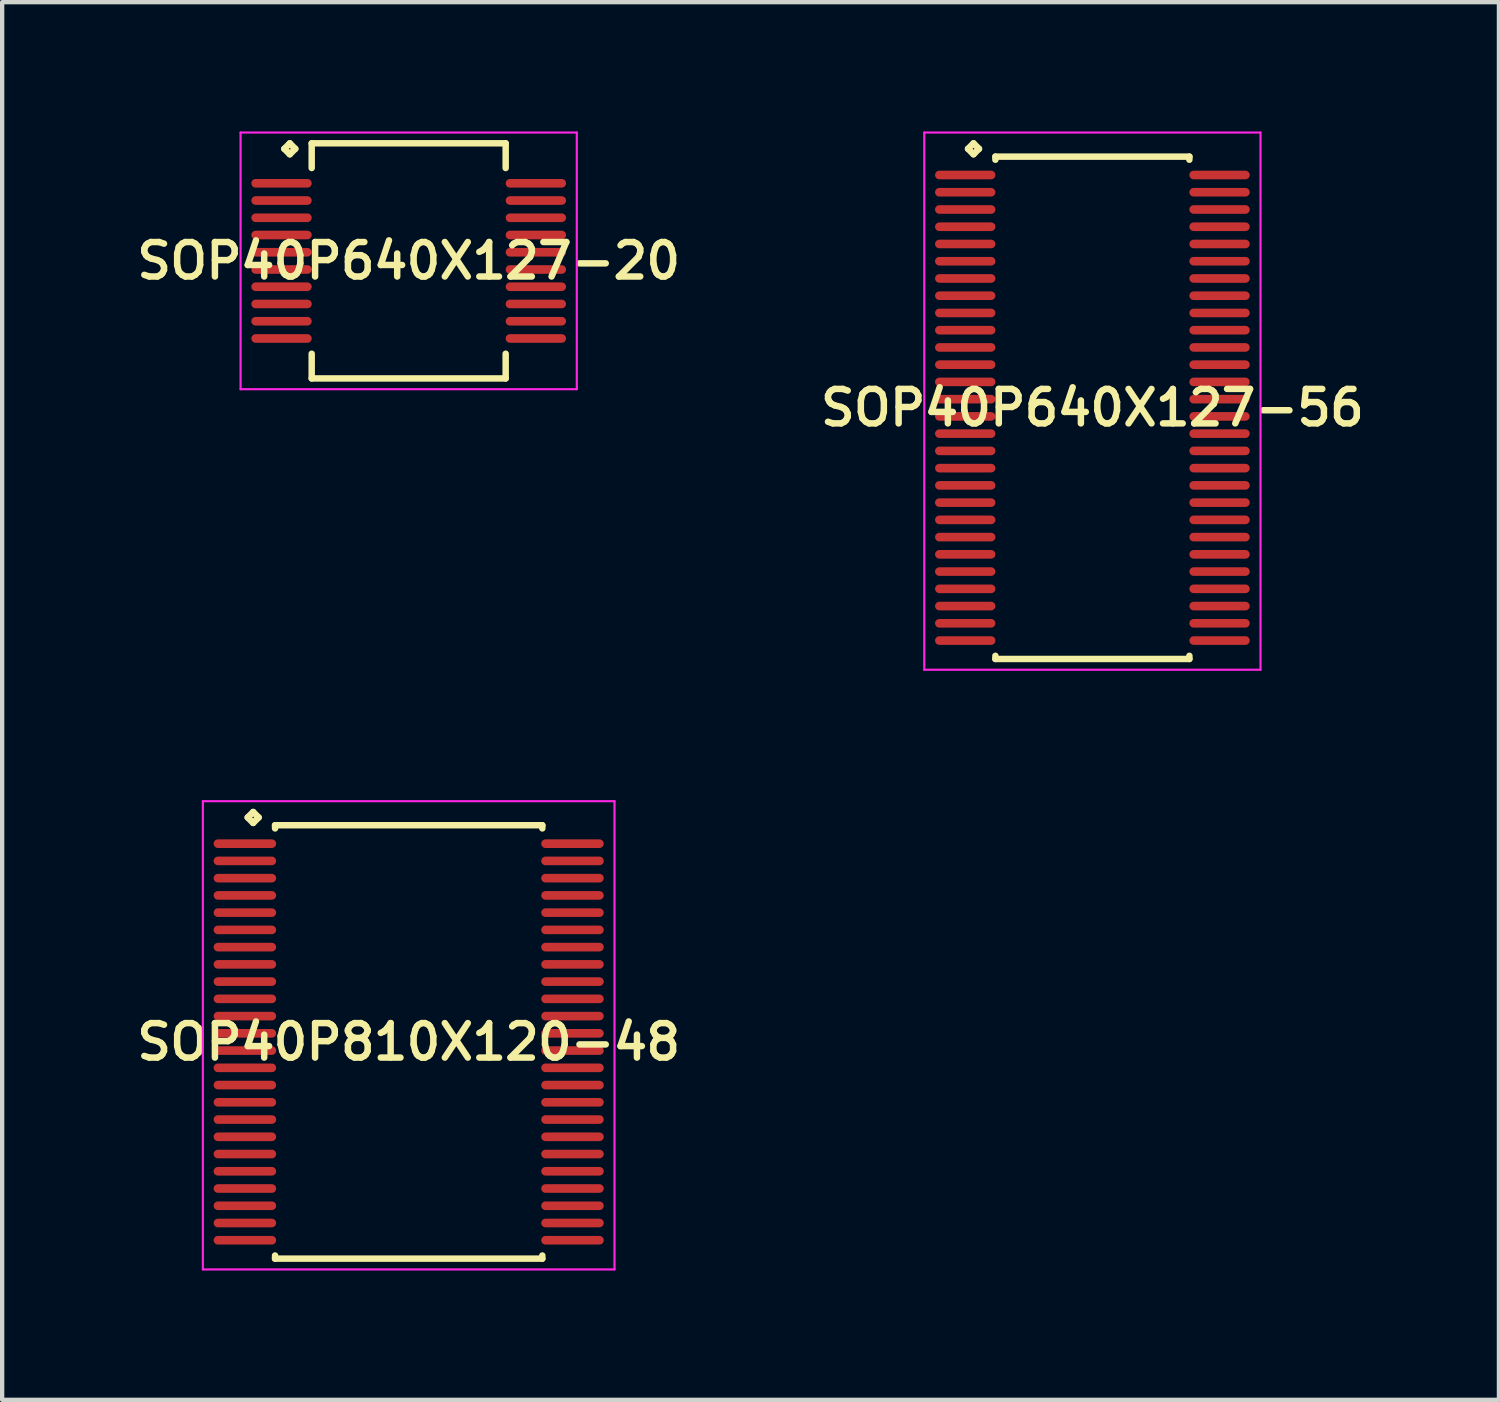
<source format=kicad_pcb>
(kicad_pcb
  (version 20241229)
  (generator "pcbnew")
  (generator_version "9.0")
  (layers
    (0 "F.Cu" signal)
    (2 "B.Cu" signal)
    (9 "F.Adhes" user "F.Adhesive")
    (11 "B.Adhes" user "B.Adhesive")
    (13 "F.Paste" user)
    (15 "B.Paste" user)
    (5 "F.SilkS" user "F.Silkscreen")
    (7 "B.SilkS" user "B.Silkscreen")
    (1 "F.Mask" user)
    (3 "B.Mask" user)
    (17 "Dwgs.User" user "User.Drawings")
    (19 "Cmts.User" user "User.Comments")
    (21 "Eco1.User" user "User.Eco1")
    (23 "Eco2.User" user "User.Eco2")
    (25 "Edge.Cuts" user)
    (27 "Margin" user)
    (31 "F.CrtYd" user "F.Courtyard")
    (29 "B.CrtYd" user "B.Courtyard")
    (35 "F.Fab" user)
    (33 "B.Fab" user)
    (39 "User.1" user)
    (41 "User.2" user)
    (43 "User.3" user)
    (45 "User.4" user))
  (footprint "SOP40P640X127-56"
    (layer "F.Cu")
    (at 22.292 6.41)
    (property "Reference" "SOP40P640X127-56" (at 0 0 0) (layer "F.SilkS") (effects (font (size 0.8 0.8) (thickness 0.15))))
    (attr smd)
    (fp_line (start -2.885 -6.008) (end -2.758 -6.135) (stroke (width 0.15) (type solid)) (layer "F.SilkS"))
    (fp_line (start -2.758 -6.135) (end -2.631 -6.008) (stroke (width 0.15) (type solid)) (layer "F.SilkS"))
    (fp_line (start -2.758 -5.881) (end -2.885 -6.008) (stroke (width 0.15) (type solid)) (layer "F.SilkS"))
    (fp_line (start -2.631 -6.008) (end -2.758 -5.881) (stroke (width 0.15) (type solid)) (layer "F.SilkS"))
    (fp_line (start -2.25 -5.827) (end 2.25 -5.827) (stroke (width 0.15) (type solid)) (layer "F.SilkS"))
    (fp_line (start -2.25 -5.754) (end -2.25 -5.827) (stroke (width 0.15) (type solid)) (layer "F.SilkS"))
    (fp_line (start -2.25 5.754) (end -2.25 5.827) (stroke (width 0.15) (type solid)) (layer "F.SilkS"))
    (fp_line (start -2.25 5.827) (end 2.25 5.827) (stroke (width 0.15) (type solid)) (layer "F.SilkS"))
    (fp_line (start 2.25 -5.827) (end 2.25 -5.754) (stroke (width 0.15) (type solid)) (layer "F.SilkS"))
    (fp_line (start 2.25 5.827) (end 2.25 5.754) (stroke (width 0.15) (type solid)) (layer "F.SilkS"))
    (fp_line (start -3.9 -6.385) (end 3.9 -6.385) (stroke (width 0.05) (type solid)) (layer "F.CrtYd"))
    (fp_line (start -3.9 6.077) (end -3.9 -6.385) (stroke (width 0.05) (type solid)) (layer "F.CrtYd"))
    (fp_line (start 3.9 -6.385) (end 3.9 6.077) (stroke (width 0.05) (type solid)) (layer "F.CrtYd"))
    (fp_line (start 3.9 6.077) (end -3.9 6.077) (stroke (width 0.05) (type solid)) (layer "F.CrtYd"))
    (pad "1" smd oval (at -2.95 -5.4) (size 1.4 0.2) (layers "F.Cu" "F.Mask" "F.Paste"))
    (pad "2" smd oval (at -2.95 -5) (size 1.4 0.2) (layers "F.Cu" "F.Mask" "F.Paste"))
    (pad "3" smd oval (at -2.95 -4.6) (size 1.4 0.2) (layers "F.Cu" "F.Mask" "F.Paste"))
    (pad "4" smd oval (at -2.95 -4.2) (size 1.4 0.2) (layers "F.Cu" "F.Mask" "F.Paste"))
    (pad "5" smd oval (at -2.95 -3.8) (size 1.4 0.2) (layers "F.Cu" "F.Mask" "F.Paste"))
    (pad "6" smd oval (at -2.95 -3.4) (size 1.4 0.2) (layers "F.Cu" "F.Mask" "F.Paste"))
    (pad "7" smd oval (at -2.95 -3) (size 1.4 0.2) (layers "F.Cu" "F.Mask" "F.Paste"))
    (pad "8" smd oval (at -2.95 -2.6) (size 1.4 0.2) (layers "F.Cu" "F.Mask" "F.Paste"))
    (pad "9" smd oval (at -2.95 -2.2) (size 1.4 0.2) (layers "F.Cu" "F.Mask" "F.Paste"))
    (pad "10" smd oval (at -2.95 -1.8) (size 1.4 0.2) (layers "F.Cu" "F.Mask" "F.Paste"))
    (pad "11" smd oval (at -2.95 -1.4) (size 1.4 0.2) (layers "F.Cu" "F.Mask" "F.Paste"))
    (pad "12" smd oval (at -2.95 -1) (size 1.4 0.2) (layers "F.Cu" "F.Mask" "F.Paste"))
    (pad "13" smd oval (at -2.95 -0.6) (size 1.4 0.2) (layers "F.Cu" "F.Mask" "F.Paste"))
    (pad "14" smd oval (at -2.95 -0.2) (size 1.4 0.2) (layers "F.Cu" "F.Mask" "F.Paste"))
    (pad "15" smd oval (at -2.95 0.2) (size 1.4 0.2) (layers "F.Cu" "F.Mask" "F.Paste"))
    (pad "16" smd oval (at -2.95 0.6) (size 1.4 0.2) (layers "F.Cu" "F.Mask" "F.Paste"))
    (pad "17" smd oval (at -2.95 1) (size 1.4 0.2) (layers "F.Cu" "F.Mask" "F.Paste"))
    (pad "18" smd oval (at -2.95 1.4) (size 1.4 0.2) (layers "F.Cu" "F.Mask" "F.Paste"))
    (pad "19" smd oval (at -2.95 1.8) (size 1.4 0.2) (layers "F.Cu" "F.Mask" "F.Paste"))
    (pad "20" smd oval (at -2.95 2.2) (size 1.4 0.2) (layers "F.Cu" "F.Mask" "F.Paste"))
    (pad "21" smd oval (at -2.95 2.6) (size 1.4 0.2) (layers "F.Cu" "F.Mask" "F.Paste"))
    (pad "22" smd oval (at -2.95 3) (size 1.4 0.2) (layers "F.Cu" "F.Mask" "F.Paste"))
    (pad "23" smd oval (at -2.95 3.4) (size 1.4 0.2) (layers "F.Cu" "F.Mask" "F.Paste"))
    (pad "24" smd oval (at -2.95 3.8) (size 1.4 0.2) (layers "F.Cu" "F.Mask" "F.Paste"))
    (pad "25" smd oval (at -2.95 4.2) (size 1.4 0.2) (layers "F.Cu" "F.Mask" "F.Paste"))
    (pad "26" smd oval (at -2.95 4.6) (size 1.4 0.2) (layers "F.Cu" "F.Mask" "F.Paste"))
    (pad "27" smd oval (at -2.95 5) (size 1.4 0.2) (layers "F.Cu" "F.Mask" "F.Paste"))
    (pad "28" smd oval (at -2.95 5.4) (size 1.4 0.2) (layers "F.Cu" "F.Mask" "F.Paste"))
    (pad "29" smd oval (at 2.95 5.4) (size 1.4 0.2) (layers "F.Cu" "F.Mask" "F.Paste"))
    (pad "30" smd oval (at 2.95 5) (size 1.4 0.2) (layers "F.Cu" "F.Mask" "F.Paste"))
    (pad "31" smd oval (at 2.95 4.6) (size 1.4 0.2) (layers "F.Cu" "F.Mask" "F.Paste"))
    (pad "32" smd oval (at 2.95 4.2) (size 1.4 0.2) (layers "F.Cu" "F.Mask" "F.Paste"))
    (pad "33" smd oval (at 2.95 3.8) (size 1.4 0.2) (layers "F.Cu" "F.Mask" "F.Paste"))
    (pad "34" smd oval (at 2.95 3.4) (size 1.4 0.2) (layers "F.Cu" "F.Mask" "F.Paste"))
    (pad "35" smd oval (at 2.95 3) (size 1.4 0.2) (layers "F.Cu" "F.Mask" "F.Paste"))
    (pad "36" smd oval (at 2.95 2.6) (size 1.4 0.2) (layers "F.Cu" "F.Mask" "F.Paste"))
    (pad "37" smd oval (at 2.95 2.2) (size 1.4 0.2) (layers "F.Cu" "F.Mask" "F.Paste"))
    (pad "38" smd oval (at 2.95 1.8) (size 1.4 0.2) (layers "F.Cu" "F.Mask" "F.Paste"))
    (pad "39" smd oval (at 2.95 1.4) (size 1.4 0.2) (layers "F.Cu" "F.Mask" "F.Paste"))
    (pad "40" smd oval (at 2.95 1) (size 1.4 0.2) (layers "F.Cu" "F.Mask" "F.Paste"))
    (pad "41" smd oval (at 2.95 0.6) (size 1.4 0.2) (layers "F.Cu" "F.Mask" "F.Paste"))
    (pad "42" smd oval (at 2.95 0.2) (size 1.4 0.2) (layers "F.Cu" "F.Mask" "F.Paste"))
    (pad "43" smd oval (at 2.95 -0.2) (size 1.4 0.2) (layers "F.Cu" "F.Mask" "F.Paste"))
    (pad "44" smd oval (at 2.95 -0.6) (size 1.4 0.2) (layers "F.Cu" "F.Mask" "F.Paste"))
    (pad "45" smd oval (at 2.95 -1) (size 1.4 0.2) (layers "F.Cu" "F.Mask" "F.Paste"))
    (pad "46" smd oval (at 2.95 -1.4) (size 1.4 0.2) (layers "F.Cu" "F.Mask" "F.Paste"))
    (pad "47" smd oval (at 2.95 -1.8) (size 1.4 0.2) (layers "F.Cu" "F.Mask" "F.Paste"))
    (pad "48" smd oval (at 2.95 -2.2) (size 1.4 0.2) (layers "F.Cu" "F.Mask" "F.Paste"))
    (pad "49" smd oval (at 2.95 -2.6) (size 1.4 0.2) (layers "F.Cu" "F.Mask" "F.Paste"))
    (pad "50" smd oval (at 2.95 -3) (size 1.4 0.2) (layers "F.Cu" "F.Mask" "F.Paste"))
    (pad "51" smd oval (at 2.95 -3.4) (size 1.4 0.2) (layers "F.Cu" "F.Mask" "F.Paste"))
    (pad "52" smd oval (at 2.95 -3.8) (size 1.4 0.2) (layers "F.Cu" "F.Mask" "F.Paste"))
    (pad "53" smd oval (at 2.95 -4.2) (size 1.4 0.2) (layers "F.Cu" "F.Mask" "F.Paste"))
    (pad "54" smd oval (at 2.95 -4.6) (size 1.4 0.2) (layers "F.Cu" "F.Mask" "F.Paste"))
    (pad "55" smd oval (at 2.95 -5) (size 1.4 0.2) (layers "F.Cu" "F.Mask" "F.Paste"))
    (pad "56" smd oval (at 2.95 -5.4) (size 1.4 0.2) (layers "F.Cu" "F.Mask" "F.Paste")))
  (footprint "SOP40P640X127-20"
    (layer "F.Cu")
    (at 6.431 3.002)
    (property "Reference" "SOP40P640X127-20" (at 0 0 0) (layer "F.SilkS") (effects (font (size 0.8 0.8) (thickness 0.15))))
    (attr smd)
    (fp_line (start -2.885 -2.6) (end -2.758 -2.727) (stroke (width 0.15) (type solid)) (layer "F.SilkS"))
    (fp_line (start -2.758 -2.727) (end -2.631 -2.6) (stroke (width 0.15) (type solid)) (layer "F.SilkS"))
    (fp_line (start -2.758 -2.473) (end -2.885 -2.6) (stroke (width 0.15) (type solid)) (layer "F.SilkS"))
    (fp_line (start -2.631 -2.6) (end -2.758 -2.473) (stroke (width 0.15) (type solid)) (layer "F.SilkS"))
    (fp_line (start -2.25 -2.727) (end 2.25 -2.727) (stroke (width 0.15) (type solid)) (layer "F.SilkS"))
    (fp_line (start -2.25 -2.154) (end -2.25 -2.727) (stroke (width 0.15) (type solid)) (layer "F.SilkS"))
    (fp_line (start -2.25 2.154) (end -2.25 2.727) (stroke (width 0.15) (type solid)) (layer "F.SilkS"))
    (fp_line (start -2.25 2.727) (end 2.25 2.727) (stroke (width 0.15) (type solid)) (layer "F.SilkS"))
    (fp_line (start 2.25 -2.727) (end 2.25 -2.154) (stroke (width 0.15) (type solid)) (layer "F.SilkS"))
    (fp_line (start 2.25 2.727) (end 2.25 2.154) (stroke (width 0.15) (type solid)) (layer "F.SilkS"))
    (fp_line (start -3.9 -2.977) (end 3.9 -2.977) (stroke (width 0.05) (type solid)) (layer "F.CrtYd"))
    (fp_line (start -3.9 2.977) (end -3.9 -2.977) (stroke (width 0.05) (type solid)) (layer "F.CrtYd"))
    (fp_line (start 3.9 -2.977) (end 3.9 2.977) (stroke (width 0.05) (type solid)) (layer "F.CrtYd"))
    (fp_line (start 3.9 2.977) (end -3.9 2.977) (stroke (width 0.05) (type solid)) (layer "F.CrtYd"))
    (pad "1" smd oval (at -2.95 -1.8) (size 1.4 0.2) (layers "F.Cu" "F.Mask" "F.Paste"))
    (pad "2" smd oval (at -2.95 -1.4) (size 1.4 0.2) (layers "F.Cu" "F.Mask" "F.Paste"))
    (pad "3" smd oval (at -2.95 -1) (size 1.4 0.2) (layers "F.Cu" "F.Mask" "F.Paste"))
    (pad "4" smd oval (at -2.95 -0.6) (size 1.4 0.2) (layers "F.Cu" "F.Mask" "F.Paste"))
    (pad "5" smd oval (at -2.95 -0.2) (size 1.4 0.2) (layers "F.Cu" "F.Mask" "F.Paste"))
    (pad "6" smd oval (at -2.95 0.2) (size 1.4 0.2) (layers "F.Cu" "F.Mask" "F.Paste"))
    (pad "7" smd oval (at -2.95 0.6) (size 1.4 0.2) (layers "F.Cu" "F.Mask" "F.Paste"))
    (pad "8" smd oval (at -2.95 1) (size 1.4 0.2) (layers "F.Cu" "F.Mask" "F.Paste"))
    (pad "9" smd oval (at -2.95 1.4) (size 1.4 0.2) (layers "F.Cu" "F.Mask" "F.Paste"))
    (pad "10" smd oval (at -2.95 1.8) (size 1.4 0.2) (layers "F.Cu" "F.Mask" "F.Paste"))
    (pad "11" smd oval (at 2.95 1.8) (size 1.4 0.2) (layers "F.Cu" "F.Mask" "F.Paste"))
    (pad "12" smd oval (at 2.95 1.4) (size 1.4 0.2) (layers "F.Cu" "F.Mask" "F.Paste"))
    (pad "13" smd oval (at 2.95 1) (size 1.4 0.2) (layers "F.Cu" "F.Mask" "F.Paste"))
    (pad "14" smd oval (at 2.95 0.6) (size 1.4 0.2) (layers "F.Cu" "F.Mask" "F.Paste"))
    (pad "15" smd oval (at 2.95 0.2) (size 1.4 0.2) (layers "F.Cu" "F.Mask" "F.Paste"))
    (pad "16" smd oval (at 2.95 -0.2) (size 1.4 0.2) (layers "F.Cu" "F.Mask" "F.Paste"))
    (pad "17" smd oval (at 2.95 -0.6) (size 1.4 0.2) (layers "F.Cu" "F.Mask" "F.Paste"))
    (pad "18" smd oval (at 2.95 -1) (size 1.4 0.2) (layers "F.Cu" "F.Mask" "F.Paste"))
    (pad "19" smd oval (at 2.95 -1.4) (size 1.4 0.2) (layers "F.Cu" "F.Mask" "F.Paste"))
    (pad "20" smd oval (at 2.95 -1.8) (size 1.4 0.2) (layers "F.Cu" "F.Mask" "F.Paste")))
  (footprint "SOP40P810X120-48"
    (layer "F.Cu")
    (at 6.431 21.122)
    (property "Reference" "SOP40P810X120-48" (at 0 0 0) (layer "F.SilkS") (effects (font (size 0.8 0.8) (thickness 0.15))))
    (attr smd)
    (fp_line (start -3.735 -5.208) (end -3.608 -5.335) (stroke (width 0.15) (type solid)) (layer "F.SilkS"))
    (fp_line (start -3.608 -5.335) (end -3.481 -5.208) (stroke (width 0.15) (type solid)) (layer "F.SilkS"))
    (fp_line (start -3.608 -5.081) (end -3.735 -5.208) (stroke (width 0.15) (type solid)) (layer "F.SilkS"))
    (fp_line (start -3.481 -5.208) (end -3.608 -5.081) (stroke (width 0.15) (type solid)) (layer "F.SilkS"))
    (fp_line (start -3.1 -5.027) (end 3.1 -5.027) (stroke (width 0.15) (type solid)) (layer "F.SilkS"))
    (fp_line (start -3.1 -4.954) (end -3.1 -5.027) (stroke (width 0.15) (type solid)) (layer "F.SilkS"))
    (fp_line (start -3.1 4.954) (end -3.1 5.027) (stroke (width 0.15) (type solid)) (layer "F.SilkS"))
    (fp_line (start -3.1 5.027) (end 3.1 5.027) (stroke (width 0.15) (type solid)) (layer "F.SilkS"))
    (fp_line (start 3.1 -5.027) (end 3.1 -4.954) (stroke (width 0.15) (type solid)) (layer "F.SilkS"))
    (fp_line (start 3.1 5.027) (end 3.1 4.954) (stroke (width 0.15) (type solid)) (layer "F.SilkS"))
    (fp_line (start -4.775 -5.585) (end 4.775 -5.585) (stroke (width 0.05) (type solid)) (layer "F.CrtYd"))
    (fp_line (start -4.775 5.277) (end -4.775 -5.585) (stroke (width 0.05) (type solid)) (layer "F.CrtYd"))
    (fp_line (start 4.775 -5.585) (end 4.775 5.277) (stroke (width 0.05) (type solid)) (layer "F.CrtYd"))
    (fp_line (start 4.775 5.277) (end -4.775 5.277) (stroke (width 0.05) (type solid)) (layer "F.CrtYd"))
    (pad "1" smd oval (at -3.8 -4.6) (size 1.45 0.2) (layers "F.Cu" "F.Mask" "F.Paste"))
    (pad "2" smd oval (at -3.8 -4.2) (size 1.45 0.2) (layers "F.Cu" "F.Mask" "F.Paste"))
    (pad "3" smd oval (at -3.8 -3.8) (size 1.45 0.2) (layers "F.Cu" "F.Mask" "F.Paste"))
    (pad "4" smd oval (at -3.8 -3.4) (size 1.45 0.2) (layers "F.Cu" "F.Mask" "F.Paste"))
    (pad "5" smd oval (at -3.8 -3) (size 1.45 0.2) (layers "F.Cu" "F.Mask" "F.Paste"))
    (pad "6" smd oval (at -3.8 -2.6) (size 1.45 0.2) (layers "F.Cu" "F.Mask" "F.Paste"))
    (pad "7" smd oval (at -3.8 -2.2) (size 1.45 0.2) (layers "F.Cu" "F.Mask" "F.Paste"))
    (pad "8" smd oval (at -3.8 -1.8) (size 1.45 0.2) (layers "F.Cu" "F.Mask" "F.Paste"))
    (pad "9" smd oval (at -3.8 -1.4) (size 1.45 0.2) (layers "F.Cu" "F.Mask" "F.Paste"))
    (pad "10" smd oval (at -3.8 -1) (size 1.45 0.2) (layers "F.Cu" "F.Mask" "F.Paste"))
    (pad "11" smd oval (at -3.8 -0.6) (size 1.45 0.2) (layers "F.Cu" "F.Mask" "F.Paste"))
    (pad "12" smd oval (at -3.8 -0.2) (size 1.45 0.2) (layers "F.Cu" "F.Mask" "F.Paste"))
    (pad "13" smd oval (at -3.8 0.2) (size 1.45 0.2) (layers "F.Cu" "F.Mask" "F.Paste"))
    (pad "14" smd oval (at -3.8 0.6) (size 1.45 0.2) (layers "F.Cu" "F.Mask" "F.Paste"))
    (pad "15" smd oval (at -3.8 1) (size 1.45 0.2) (layers "F.Cu" "F.Mask" "F.Paste"))
    (pad "16" smd oval (at -3.8 1.4) (size 1.45 0.2) (layers "F.Cu" "F.Mask" "F.Paste"))
    (pad "17" smd oval (at -3.8 1.8) (size 1.45 0.2) (layers "F.Cu" "F.Mask" "F.Paste"))
    (pad "18" smd oval (at -3.8 2.2) (size 1.45 0.2) (layers "F.Cu" "F.Mask" "F.Paste"))
    (pad "19" smd oval (at -3.8 2.6) (size 1.45 0.2) (layers "F.Cu" "F.Mask" "F.Paste"))
    (pad "20" smd oval (at -3.8 3) (size 1.45 0.2) (layers "F.Cu" "F.Mask" "F.Paste"))
    (pad "21" smd oval (at -3.8 3.4) (size 1.45 0.2) (layers "F.Cu" "F.Mask" "F.Paste"))
    (pad "22" smd oval (at -3.8 3.8) (size 1.45 0.2) (layers "F.Cu" "F.Mask" "F.Paste"))
    (pad "23" smd oval (at -3.8 4.2) (size 1.45 0.2) (layers "F.Cu" "F.Mask" "F.Paste"))
    (pad "24" smd oval (at -3.8 4.6) (size 1.45 0.2) (layers "F.Cu" "F.Mask" "F.Paste"))
    (pad "25" smd oval (at 3.8 4.6) (size 1.45 0.2) (layers "F.Cu" "F.Mask" "F.Paste"))
    (pad "26" smd oval (at 3.8 4.2) (size 1.45 0.2) (layers "F.Cu" "F.Mask" "F.Paste"))
    (pad "27" smd oval (at 3.8 3.8) (size 1.45 0.2) (layers "F.Cu" "F.Mask" "F.Paste"))
    (pad "28" smd oval (at 3.8 3.4) (size 1.45 0.2) (layers "F.Cu" "F.Mask" "F.Paste"))
    (pad "29" smd oval (at 3.8 3) (size 1.45 0.2) (layers "F.Cu" "F.Mask" "F.Paste"))
    (pad "30" smd oval (at 3.8 2.6) (size 1.45 0.2) (layers "F.Cu" "F.Mask" "F.Paste"))
    (pad "31" smd oval (at 3.8 2.2) (size 1.45 0.2) (layers "F.Cu" "F.Mask" "F.Paste"))
    (pad "32" smd oval (at 3.8 1.8) (size 1.45 0.2) (layers "F.Cu" "F.Mask" "F.Paste"))
    (pad "33" smd oval (at 3.8 1.4) (size 1.45 0.2) (layers "F.Cu" "F.Mask" "F.Paste"))
    (pad "34" smd oval (at 3.8 1) (size 1.45 0.2) (layers "F.Cu" "F.Mask" "F.Paste"))
    (pad "35" smd oval (at 3.8 0.6) (size 1.45 0.2) (layers "F.Cu" "F.Mask" "F.Paste"))
    (pad "36" smd oval (at 3.8 0.2) (size 1.45 0.2) (layers "F.Cu" "F.Mask" "F.Paste"))
    (pad "37" smd oval (at 3.8 -0.2) (size 1.45 0.2) (layers "F.Cu" "F.Mask" "F.Paste"))
    (pad "38" smd oval (at 3.8 -0.6) (size 1.45 0.2) (layers "F.Cu" "F.Mask" "F.Paste"))
    (pad "39" smd oval (at 3.8 -1) (size 1.45 0.2) (layers "F.Cu" "F.Mask" "F.Paste"))
    (pad "40" smd oval (at 3.8 -1.4) (size 1.45 0.2) (layers "F.Cu" "F.Mask" "F.Paste"))
    (pad "41" smd oval (at 3.8 -1.8) (size 1.45 0.2) (layers "F.Cu" "F.Mask" "F.Paste"))
    (pad "42" smd oval (at 3.8 -2.2) (size 1.45 0.2) (layers "F.Cu" "F.Mask" "F.Paste"))
    (pad "43" smd oval (at 3.8 -2.6) (size 1.45 0.2) (layers "F.Cu" "F.Mask" "F.Paste"))
    (pad "44" smd oval (at 3.8 -3) (size 1.45 0.2) (layers "F.Cu" "F.Mask" "F.Paste"))
    (pad "45" smd oval (at 3.8 -3.4) (size 1.45 0.2) (layers "F.Cu" "F.Mask" "F.Paste"))
    (pad "46" smd oval (at 3.8 -3.8) (size 1.45 0.2) (layers "F.Cu" "F.Mask" "F.Paste"))
    (pad "47" smd oval (at 3.8 -4.2) (size 1.45 0.2) (layers "F.Cu" "F.Mask" "F.Paste"))
    (pad "48" smd oval (at 3.8 -4.6) (size 1.45 0.2) (layers "F.Cu" "F.Mask" "F.Paste")))
  (gr_rect
    (start -3 -3)
    (end 31.723 29.424)
    (stroke (width 0.1) (type default))
    (fill no)
    (layer "Edge.Cuts")))
</source>
